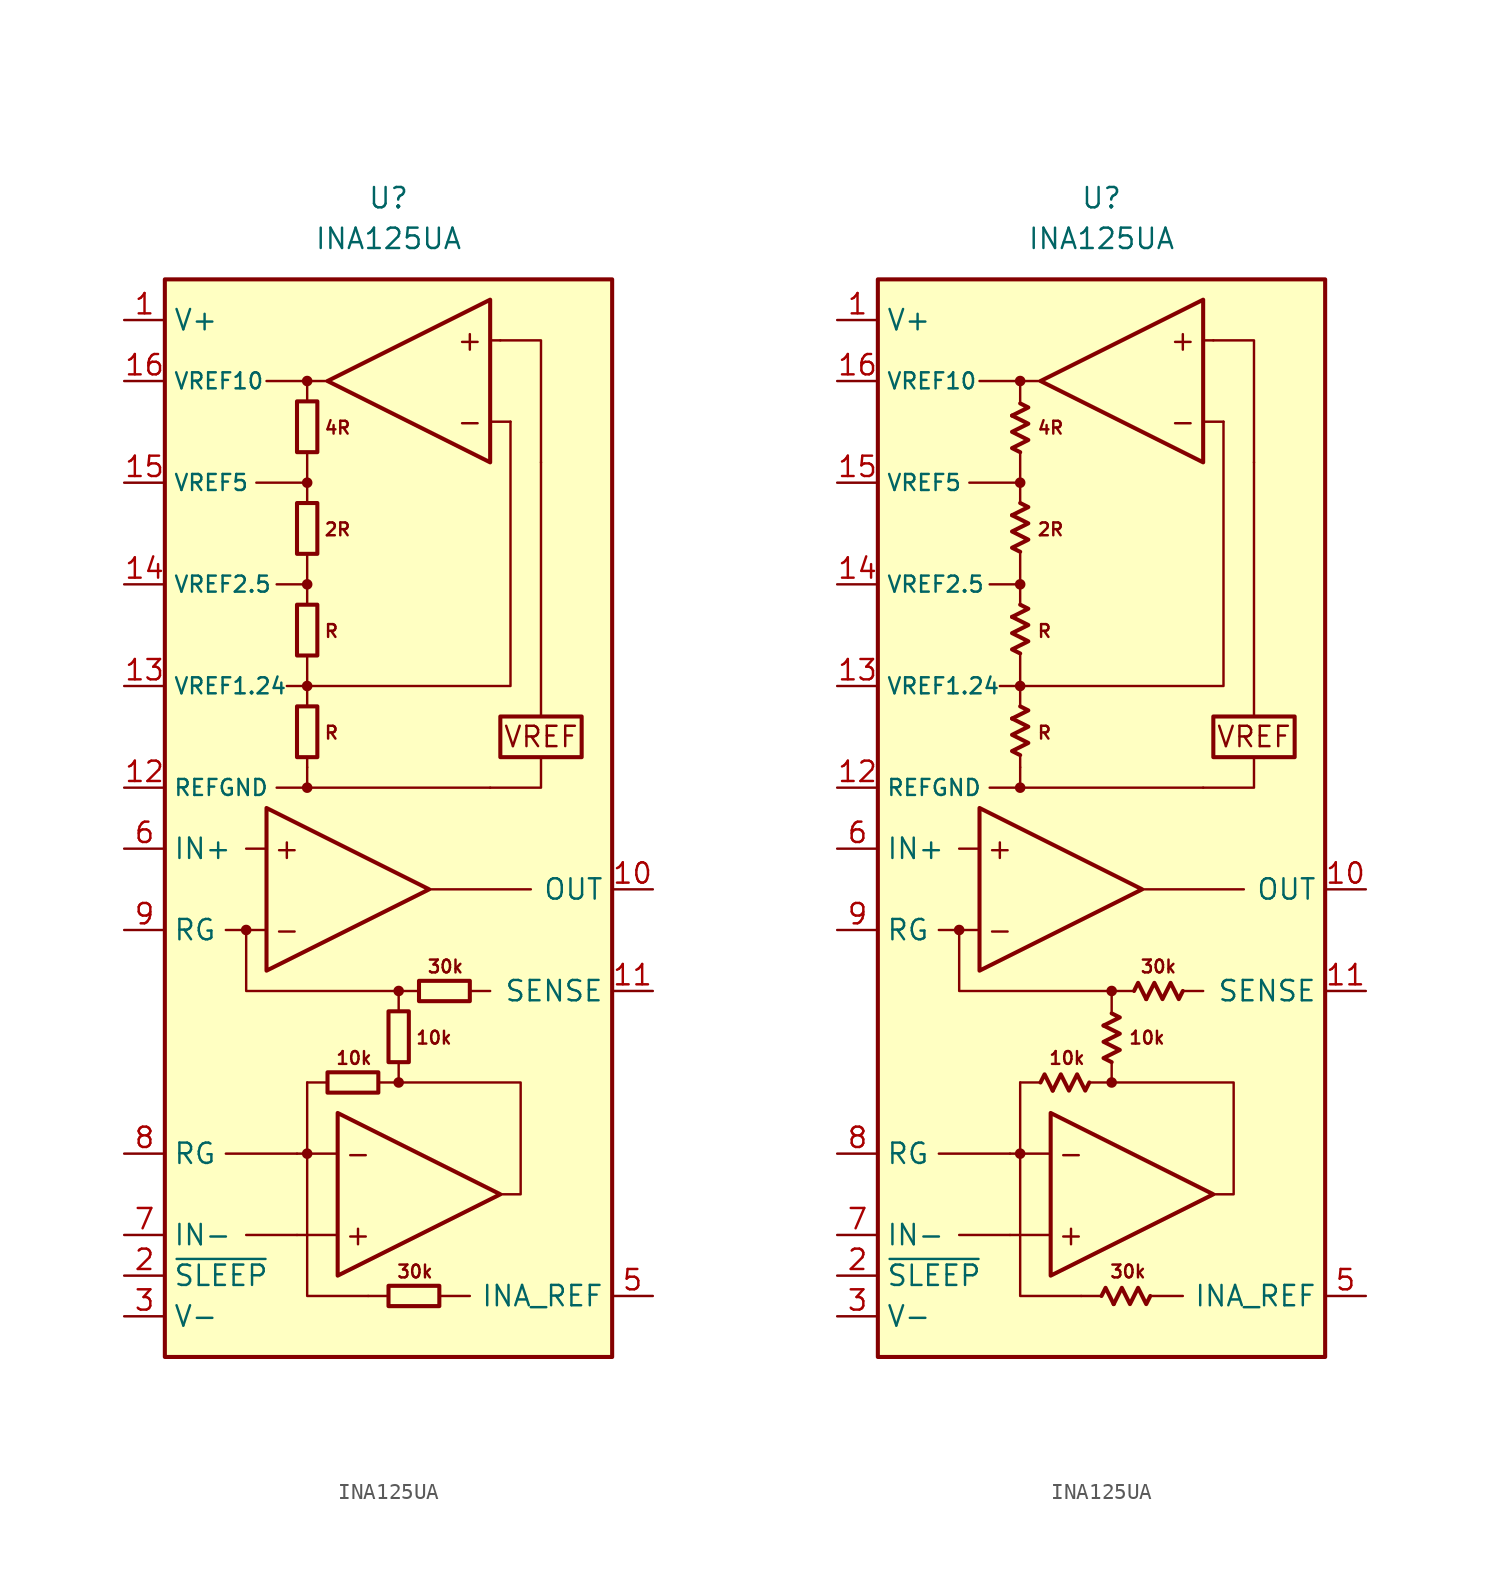
<source format=kicad_sym>
(kicad_symbol_lib
  (version 20231120)
  (generator "kicad_symbol_editor")
  (generator_version "8.0")
  (symbol "INA125UA"
    (property "Reference" "U"
      (at 0 36.83 0)
      (effects (font (size 1.27 1.27))))
    (property "Value" "INA125UA"
      (at 0 34.29 0)
      (effects (font (size 1.27 1.27))))
    (symbol "INA125UA_0_0"
      (circle (center -8.89 -8.89) (radius 0.254) (stroke (width 0.152) (type default)) (fill (type outline)))
      (circle (center -5.08 -22.86) (radius 0.254) (stroke (width 0.152) (type default)) (fill (type outline)))
      (circle (center -5.08 0) (radius 0.254) (stroke (width 0.152) (type default)) (fill (type outline)))
      (circle (center -5.08 6.35) (radius 0.254) (stroke (width 0.152) (type default)) (fill (type outline)))
      (circle (center -5.08 12.7) (radius 0.254) (stroke (width 0.152) (type default)) (fill (type outline)))
      (circle (center -5.08 19.05) (radius 0.254) (stroke (width 0.152) (type default)) (fill (type outline)))
      (circle (center -5.08 25.4) (radius 0.254) (stroke (width 0.152) (type default)) (fill (type outline)))
      (polyline (pts (xy -5.08 0) (xy 6.35 0)) (stroke (width 0.152) (type default)) (fill (type none)))
      (polyline (pts (xy -5.08 1.27) (xy -5.08 0)) (stroke (width 0.152) (type default)) (fill (type none)))
      (polyline (pts (xy -5.08 1.905) (xy -5.08 1.27)) (stroke (width 0.152) (type default)) (fill (type none)))
      (polyline (pts (xy -5.08 6.35) (xy -5.08 5.08)) (stroke (width 0.152) (type default)) (fill (type none)))
      (polyline (pts (xy -5.08 8.255) (xy -5.08 6.35)) (stroke (width 0.152) (type default)) (fill (type none)))
      (polyline (pts (xy -5.08 12.7) (xy -5.08 11.43)) (stroke (width 0.152) (type default)) (fill (type none)))
      (polyline (pts (xy -5.08 14.605) (xy -5.08 12.7)) (stroke (width 0.152) (type default)) (fill (type none)))
      (polyline (pts (xy -5.08 19.05) (xy -5.08 17.78)) (stroke (width 0.152) (type default)) (fill (type none)))
      (polyline (pts (xy -5.08 20.955) (xy -5.08 19.05)) (stroke (width 0.152) (type default)) (fill (type none)))
      (polyline (pts (xy -3.81 -18.415) (xy -5.08 -18.415)) (stroke (width 0.152) (type default)) (fill (type none)))
      (polyline (pts (xy -3.175 -27.94) (xy -5.715 -27.94)) (stroke (width 0.152) (type default)) (fill (type none)))
      (polyline (pts (xy -3.175 -22.86) (xy -5.715 -22.86)) (stroke (width 0.152) (type default)) (fill (type none)))
      (polyline (pts (xy 0 -31.75) (xy -1.27 -31.75)) (stroke (width 0.152) (type default)) (fill (type none)))
      (polyline (pts (xy 1.905 -12.7) (xy 0.635 -12.7)) (stroke (width 0.152) (type default)) (fill (type none)))
      (polyline (pts (xy 6.35 22.86) (xy 7.62 22.86)) (stroke (width 0.152) (type default)) (fill (type none)))
      (polyline (pts (xy 6.35 27.94) (xy 6.985 27.94)) (stroke (width 0.152) (type default)) (fill (type none)))
      (polyline (pts (xy 9.525 4.445) (xy 9.525 20.32)) (stroke (width 0.152) (type default)) (fill (type none)))
      (polyline (pts (xy 9.525 1.905) (xy 9.525 0) (xy 6.35 0)) (stroke (width 0.152) (type default)) (fill (type none)))
      (circle (center 0.635 -18.415) (radius 0.254) (stroke (width 0.152) (type default)) (fill (type outline)))
      (circle (center 0.635 -12.7) (radius 0.254) (stroke (width 0.152) (type default)) (fill (type outline)))
      (rectangle (start 6.985 4.445) (end 12.065 1.905) (stroke (width 0.254) (type default)) (fill (type none)))
      (text "+" (at -6.35 -3.81 0) (effects (font (size 1.27 1.27))))
      (text "+" (at -1.905 -27.94 0) (effects (font (size 1.27 1.27))))
      (text "+" (at 5.08 27.94 0) (effects (font (size 1.27 1.27))))
      (text "-" (at -6.35 -8.89 0) (effects (font (size 1.27 1.27))))
      (text "-" (at -1.905 -22.86 0) (effects (font (size 1.27 1.27))))
      (text "-" (at 5.08 22.86 0) (effects (font (size 1.27 1.27))))
      (text "10k" (at -2.159 -16.891 0) (effects (font (size 0.8 0.8))))
      (text "10k" (at 1.651 -15.621 0) (effects (font (size 0.8 0.8)) (justify left)))
      (text "2R" (at -4.064 16.129 0) (effects (font (size 0.8 0.8)) (justify left)))
      (text "30k" (at 1.651 -30.226 0) (effects (font (size 0.8 0.8))))
      (text "30k" (at 3.556 -11.176 0) (effects (font (size 0.8 0.8))))
      (text "4R" (at -4.064 22.479 0) (effects (font (size 0.8 0.8)) (justify left)))
      (text "R" (at -4.064 3.429 0) (effects (font (size 0.8 0.8)) (justify left)))
      (text "R" (at -4.064 9.779 0) (effects (font (size 0.8 0.8)) (justify left)))
      (text "VREF" (at 9.525 3.175 0) (effects (font (size 1.27 1.27)))))
    (symbol "INA125UA_0_1"
      (rectangle (start -5.715 1.905) (end -4.445 5.08) (stroke (width 0.254) (type default)) (fill (type none)))
      (rectangle (start -5.715 8.255) (end -4.445 11.43) (stroke (width 0.254) (type default)) (fill (type none)))
      (rectangle (start -5.715 14.605) (end -4.445 17.78) (stroke (width 0.254) (type default)) (fill (type none)))
      (rectangle (start -5.715 20.955) (end -4.445 24.13) (stroke (width 0.254) (type default)) (fill (type none)))
      (rectangle (start -3.81 -17.78) (end -0.635 -19.05) (stroke (width 0.254) (type default)) (fill (type none)))
      (rectangle (start 0 -31.115) (end 3.175 -32.385) (stroke (width 0.254) (type default)) (fill (type none)))
      (rectangle (start 0 -17.145) (end 1.27 -13.97) (stroke (width 0.254) (type default)) (fill (type none)))
      (rectangle (start 1.905 -12.065) (end 5.08 -13.335) (stroke (width 0.254) (type default)) (fill (type none))))
    (symbol "INA125UA_0_2"
      (polyline (pts (xy -5.588 4.318) (xy -4.572 4.826) (xy -5.08 5.08)) (stroke (width 0.254) (type default)) (fill (type none)))
      (polyline (pts (xy -5.588 10.668) (xy -4.572 11.176) (xy -5.08 11.43)) (stroke (width 0.254) (type default)) (fill (type none)))
      (polyline (pts (xy -5.588 17.018) (xy -4.572 17.526) (xy -5.08 17.78)) (stroke (width 0.254) (type default)) (fill (type none)))
      (polyline (pts (xy -5.588 23.241) (xy -4.572 23.749) (xy -5.08 24.003)) (stroke (width 0.254) (type default)) (fill (type none)))
      (polyline (pts (xy -3.048 -18.923) (xy -3.556 -17.907) (xy -3.81 -18.415)) (stroke (width 0.254) (type default)) (fill (type none)))
      (polyline (pts (xy 0.127 -14.859) (xy 1.143 -14.351) (xy 0.635 -14.097)) (stroke (width 0.254) (type default)) (fill (type none)))
      (polyline (pts (xy 0.762 -32.258) (xy 0.254 -31.242) (xy 0 -31.75)) (stroke (width 0.254) (type default)) (fill (type none)))
      (polyline (pts (xy 2.794 -13.208) (xy 2.286 -12.192) (xy 2.032 -12.7)) (stroke (width 0.254) (type default)) (fill (type none)))
      (polyline (pts (xy -5.08 2.032) (xy -5.588 2.286) (xy -4.572 2.794) (xy -5.588 3.302) (xy -4.572 3.81) (xy -5.588 4.318)) (stroke (width 0.254) (type default)) (fill (type none)))
      (polyline (pts (xy -5.08 8.382) (xy -5.588 8.636) (xy -4.572 9.144) (xy -5.588 9.652) (xy -4.572 10.16) (xy -5.588 10.668)) (stroke (width 0.254) (type default)) (fill (type none)))
      (polyline (pts (xy -5.08 14.732) (xy -5.588 14.986) (xy -4.572 15.494) (xy -5.588 16.002) (xy -4.572 16.51) (xy -5.588 17.018)) (stroke (width 0.254) (type default)) (fill (type none)))
      (polyline (pts (xy -5.08 20.955) (xy -5.588 21.209) (xy -4.572 21.717) (xy -5.588 22.225) (xy -4.572 22.733) (xy -5.588 23.241)) (stroke (width 0.254) (type default)) (fill (type none)))
      (polyline (pts (xy -0.762 -18.415) (xy -1.016 -18.923) (xy -1.524 -17.907) (xy -2.032 -18.923) (xy -2.54 -17.907) (xy -3.048 -18.923)) (stroke (width 0.254) (type default)) (fill (type none)))
      (polyline (pts (xy 0.635 -17.145) (xy 0.127 -16.891) (xy 1.143 -16.383) (xy 0.127 -15.875) (xy 1.143 -15.367) (xy 0.127 -14.859)) (stroke (width 0.254) (type default)) (fill (type none)))
      (polyline (pts (xy 3.048 -31.75) (xy 2.794 -32.258) (xy 2.286 -31.242) (xy 1.778 -32.258) (xy 1.27 -31.242) (xy 0.762 -32.258)) (stroke (width 0.254) (type default)) (fill (type none)))
      (polyline (pts (xy 5.08 -12.7) (xy 4.826 -13.208) (xy 4.318 -12.192) (xy 3.81 -13.208) (xy 3.302 -12.192) (xy 2.794 -13.208)) (stroke (width 0.254) (type default)) (fill (type none))))
    (symbol "INA125UA_1_0"
      (rectangle (start -13.97 31.75) (end 13.97 -35.56) (stroke (width 0.254) (type default)) (fill (type background)))
      (polyline (pts (xy -8.89 -27.94) (xy -5.715 -27.94)) (stroke (width 0.152) (type default)) (fill (type none)))
      (polyline (pts (xy -7.62 -8.89) (xy -10.16 -8.89)) (stroke (width 0.152) (type default)) (fill (type none)))
      (polyline (pts (xy -7.62 -3.81) (xy -8.89 -3.81)) (stroke (width 0.152) (type default)) (fill (type none)))
      (polyline (pts (xy -5.715 -22.86) (xy -10.16 -22.86)) (stroke (width 0.152) (type default)) (fill (type none)))
      (polyline (pts (xy -5.08 -18.415) (xy -5.08 -22.86)) (stroke (width 0.152) (type default)) (fill (type none)))
      (polyline (pts (xy -5.08 0) (xy -6.985 0)) (stroke (width 0.152) (type default)) (fill (type none)))
      (polyline (pts (xy -5.08 6.35) (xy -6.35 6.35)) (stroke (width 0.152) (type default)) (fill (type none)))
      (polyline (pts (xy -5.08 12.7) (xy -6.985 12.7)) (stroke (width 0.152) (type default)) (fill (type none)))
      (polyline (pts (xy -5.08 19.05) (xy -8.255 19.05)) (stroke (width 0.152) (type default)) (fill (type none)))
      (polyline (pts (xy -5.08 25.4) (xy -7.62 25.4)) (stroke (width 0.152) (type default)) (fill (type none)))
      (polyline (pts (xy 0.635 -13.97) (xy 0.635 -12.7)) (stroke (width 0.152) (type default)) (fill (type none)))
      (polyline (pts (xy 2.54 -6.35) (xy 8.89 -6.35)) (stroke (width 0.152) (type default)) (fill (type none)))
      (polyline (pts (xy 3.175 -31.75) (xy 5.08 -31.75)) (stroke (width 0.152) (type default)) (fill (type none)))
      (polyline (pts (xy 5.08 -12.7) (xy 6.35 -12.7)) (stroke (width 0.152) (type default)) (fill (type none)))
      (polyline (pts (xy -8.89 -8.89) (xy -8.89 -12.7) (xy 0.635 -12.7)) (stroke (width 0.152) (type default)) (fill (type none)))
      (polyline (pts (xy -5.08 -22.86) (xy -5.08 -31.75) (xy -1.27 -31.75)) (stroke (width 0.152) (type default)) (fill (type none)))
      (polyline (pts (xy -5.08 24.13) (xy -5.08 25.4) (xy -3.81 25.4)) (stroke (width 0.152) (type default)) (fill (type none)))
      (polyline (pts (xy 0.635 -17.145) (xy 0.635 -18.415) (xy -0.635 -18.415)) (stroke (width 0.152) (type default)) (fill (type none)))
      (polyline (pts (xy 6.985 27.94) (xy 9.525 27.94) (xy 9.525 20.32)) (stroke (width 0.152) (type default)) (fill (type none)))
      (polyline (pts (xy 7.62 22.86) (xy 7.62 6.35) (xy -5.08 6.35)) (stroke (width 0.152) (type default)) (fill (type none)))
      (polyline (pts (xy -7.62 -1.27) (xy -7.62 -11.43) (xy 2.54 -6.35) (xy -7.62 -1.27)) (stroke (width 0.254) (type default)) (fill (type none)))
      (polyline (pts (xy -3.175 -20.32) (xy -3.175 -30.48) (xy 6.985 -25.4) (xy -3.175 -20.32)) (stroke (width 0.254) (type default)) (fill (type none)))
      (polyline (pts (xy 0.635 -18.415) (xy 8.255 -18.415) (xy 8.255 -25.4) (xy 6.985 -25.4)) (stroke (width 0.152) (type default)) (fill (type none)))
      (polyline (pts (xy 6.35 20.32) (xy 6.35 30.48) (xy -3.81 25.4) (xy 6.35 20.32)) (stroke (width 0.254) (type default)) (fill (type none))))
    (symbol "INA125UA_1_1"
      (pin power_in line (at -16.51 29.21 0) (length 2.54) (name "V+" (effects (font (size 1.27 1.27)))) (number "1" (effects (font (size 1.27 1.27)))))
      (pin output line (at 16.51 -6.35 180) (length 2.54) (name "OUT" (effects (font (size 1.27 1.27)))) (number "10" (effects (font (size 1.27 1.27)))))
      (pin input line (at 16.51 -12.7 180) (length 2.54) (name "SENSE" (effects (font (size 1.27 1.27)))) (number "11" (effects (font (size 1.27 1.27)))))
      (pin power_in line (at -16.51 0 0) (length 2.54) (name "REFGND" (effects (font (size 1 1)))) (number "12" (effects (font (size 1.27 1.27)))))
      (pin passive line (at -16.51 6.35 0) (length 2.54) (name "VREF1.24" (effects (font (size 1 1)))) (number "13" (effects (font (size 1.27 1.27)))))
      (pin passive line (at -16.51 12.7 0) (length 2.54) (name "VREF2.5" (effects (font (size 1 1)))) (number "14" (effects (font (size 1.27 1.27)))))
      (pin passive line (at -16.51 19.05 0) (length 2.54) (name "VREF5" (effects (font (size 1 1)))) (number "15" (effects (font (size 1.27 1.27)))))
      (pin passive line (at -16.51 25.4 0) (length 2.54) (name "VREF10" (effects (font (size 1 1)))) (number "16" (effects (font (size 1.27 1.27)))))
      (pin input line (at -16.51 -30.48 0) (length 2.54) (name "~{SLEEP}" (effects (font (size 1.27 1.27)))) (number "2" (effects (font (size 1.27 1.27)))))
      (pin power_in line (at -16.51 -33.02 0) (length 2.54) (name "V-" (effects (font (size 1.27 1.27)))) (number "3" (effects (font (size 1.27 1.27)))))
      (pin input line (at 16.51 -31.75 180) (length 2.54) (name "INA_REF" (effects (font (size 1.27 1.27)))) (number "5" (effects (font (size 1.27 1.27)))))
      (pin input line (at -16.51 -3.81 0) (length 2.54) (name "IN+" (effects (font (size 1.27 1.27)))) (number "6" (effects (font (size 1.27 1.27)))))
      (pin input line (at -16.51 -27.94 0) (length 2.54) (name "IN-" (effects (font (size 1.27 1.27)))) (number "7" (effects (font (size 1.27 1.27)))))
      (pin passive line (at -16.51 -22.86 0) (length 2.54) (name "RG" (effects (font (size 1.27 1.27)))) (number "8" (effects (font (size 1.27 1.27)))))
      (pin passive line (at -16.51 -8.89 0) (length 2.54) (name "RG" (effects (font (size 1.27 1.27)))) (number "9" (effects (font (size 1.27 1.27))))))
    (symbol "INA125UA_1_2"
      (pin power_in line (at -16.51 29.21 0) (length 2.54) (name "V+" (effects (font (size 1.27 1.27)))) (number "1" (effects (font (size 1.27 1.27)))))
      (pin output line (at 16.51 -6.35 180) (length 2.54) (name "OUT" (effects (font (size 1.27 1.27)))) (number "10" (effects (font (size 1.27 1.27)))))
      (pin input line (at 16.51 -12.7 180) (length 2.54) (name "SENSE" (effects (font (size 1.27 1.27)))) (number "11" (effects (font (size 1.27 1.27)))))
      (pin power_in line (at -16.51 0 0) (length 2.54) (name "REFGND" (effects (font (size 1 1)))) (number "12" (effects (font (size 1.27 1.27)))))
      (pin passive line (at -16.51 6.35 0) (length 2.54) (name "VREF1.24" (effects (font (size 1 1)))) (number "13" (effects (font (size 1.27 1.27)))))
      (pin passive line (at -16.51 12.7 0) (length 2.54) (name "VREF2.5" (effects (font (size 1 1)))) (number "14" (effects (font (size 1.27 1.27)))))
      (pin passive line (at -16.51 19.05 0) (length 2.54) (name "VREF5" (effects (font (size 1 1)))) (number "15" (effects (font (size 1.27 1.27)))))
      (pin passive line (at -16.51 25.4 0) (length 2.54) (name "VREF10" (effects (font (size 1 1)))) (number "16" (effects (font (size 1.27 1.27)))))
      (pin input line (at -16.51 -30.48 0) (length 2.54) (name "~{SLEEP}" (effects (font (size 1.27 1.27)))) (number "2" (effects (font (size 1.27 1.27)))))
      (pin power_in line (at -16.51 -33.02 0) (length 2.54) (name "V-" (effects (font (size 1.27 1.27)))) (number "3" (effects (font (size 1.27 1.27)))))
      (pin input line (at 16.51 -31.75 180) (length 2.54) (name "INA_REF" (effects (font (size 1.27 1.27)))) (number "5" (effects (font (size 1.27 1.27)))))
      (pin input line (at -16.51 -3.81 0) (length 2.54) (name "IN+" (effects (font (size 1.27 1.27)))) (number "6" (effects (font (size 1.27 1.27)))))
      (pin input line (at -16.51 -27.94 0) (length 2.54) (name "IN-" (effects (font (size 1.27 1.27)))) (number "7" (effects (font (size 1.27 1.27)))))
      (pin passive line (at -16.51 -22.86 0) (length 2.54) (name "RG" (effects (font (size 1.27 1.27)))) (number "8" (effects (font (size 1.27 1.27)))))
      (pin passive line (at -16.51 -8.89 0) (length 2.54) (name "RG" (effects (font (size 1.27 1.27)))) (number "9" (effects (font (size 1.27 1.27))))))))
</source>
